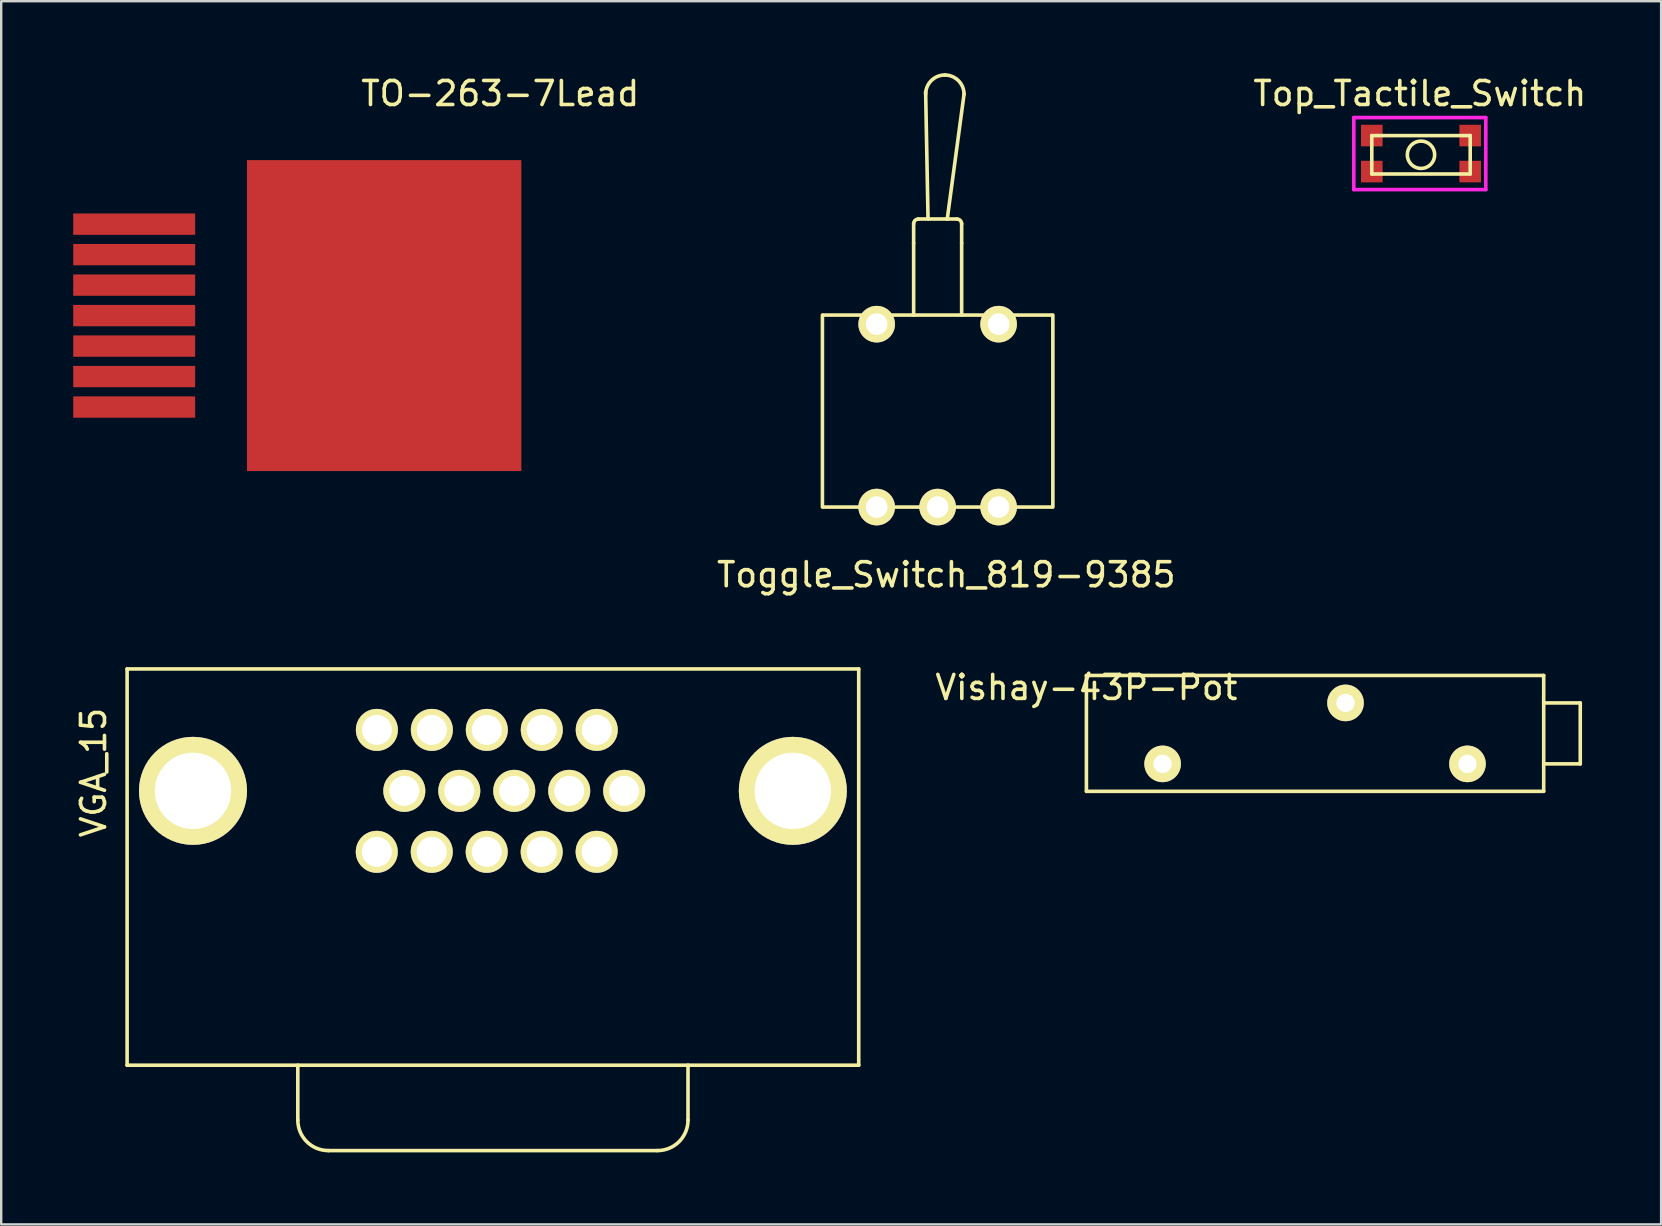
<source format=kicad_pcb>
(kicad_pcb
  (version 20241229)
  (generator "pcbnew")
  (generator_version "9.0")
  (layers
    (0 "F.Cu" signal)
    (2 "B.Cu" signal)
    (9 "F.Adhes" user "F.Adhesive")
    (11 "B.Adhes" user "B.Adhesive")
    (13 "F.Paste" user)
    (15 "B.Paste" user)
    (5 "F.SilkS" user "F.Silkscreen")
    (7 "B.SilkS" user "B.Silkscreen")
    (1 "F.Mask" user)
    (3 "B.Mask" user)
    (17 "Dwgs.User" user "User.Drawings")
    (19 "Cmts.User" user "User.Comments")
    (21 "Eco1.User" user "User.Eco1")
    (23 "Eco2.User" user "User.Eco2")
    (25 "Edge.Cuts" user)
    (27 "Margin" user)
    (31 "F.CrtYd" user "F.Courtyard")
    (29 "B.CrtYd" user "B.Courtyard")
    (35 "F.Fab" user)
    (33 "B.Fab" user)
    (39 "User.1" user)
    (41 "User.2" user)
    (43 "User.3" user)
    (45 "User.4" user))
  (footprint "TO-263-7Lead"
    (layer "F.Cu")
    (at 2.54 10.098)
    (property "Reference" "TO-263-7Lead" (at 15.25 -9.25 180) (layer "F.SilkS") (effects (font (size 1 1) (thickness 0.15))))
    (attr smd)
    (pad "" smd rect (at 4.699 0) (size 8.89 10.668) (drill (offset 4.445 0)) (layers "F.Paste"))
    (pad "1" smd rect (at 0 -3.81) (size 5.08 0.889) (layers "F.Cu" "F.Mask" "F.Paste"))
    (pad "2" smd rect (at 0 -2.54) (size 5.08 0.889) (layers "F.Cu" "F.Mask" "F.Paste"))
    (pad "3" smd rect (at 0 -1.27) (size 5.08 0.889) (layers "F.Cu" "F.Mask" "F.Paste"))
    (pad "4" smd rect (at 0 0) (size 5.08 0.889) (layers "F.Cu" "F.Mask" "F.Paste"))
    (pad "5" smd rect (at 0 1.27) (size 5.08 0.889) (layers "F.Cu" "F.Mask" "F.Paste"))
    (pad "6" smd rect (at 0 2.54) (size 5.08 0.889) (layers "F.Cu" "F.Mask" "F.Paste"))
    (pad "7" smd rect (at 0 3.81) (size 5.08 0.889) (layers "F.Cu" "F.Mask" "F.Paste"))
    (pad "PAD" smd rect (at 4.699 0) (size 11.43 12.954) (drill (offset 5.715 0)) (layers "F.Cu" "F.Mask")))
  (footprint "Toggle_Switch_819-9385"
    (layer "F.Cu")
    (at 36.013 10.075)
    (property "Reference" "Toggle_Switch_819-9385" (at 0.36 10.82 0) (layer "F.SilkS") (effects (font (size 1 1) (thickness 0.15))))
    (attr through_hole)
    (fp_line (start -4.8 8) (end -4.8 0) (stroke (width 0.15) (type solid)) (layer "F.SilkS"))
    (fp_line (start -1 -3) (end -1 -3.8) (stroke (width 0.15) (type solid)) (layer "F.SilkS"))
    (fp_line (start -1 0) (end -1 -3) (stroke (width 0.15) (type solid)) (layer "F.SilkS"))
    (fp_line (start -0.8 -4) (end 0.8 -4) (stroke (width 0.15) (type solid)) (layer "F.SilkS"))
    (fp_line (start -0.4 -4) (end -0.5 -9.3) (stroke (width 0.15) (type solid)) (layer "F.SilkS"))
    (fp_line (start 1 -3.8) (end 1 -3) (stroke (width 0.15) (type solid)) (layer "F.SilkS"))
    (fp_line (start 1 -3) (end 1 0) (stroke (width 0.15) (type solid)) (layer "F.SilkS"))
    (fp_line (start 1.1 -9.2) (end 0.4 -4) (stroke (width 0.15) (type solid)) (layer "F.SilkS"))
    (fp_line (start 4.75 0) (end -4.75 0) (stroke (width 0.15) (type solid)) (layer "F.SilkS"))
    (fp_line (start 4.75 8) (end -4.75 8) (stroke (width 0.15) (type solid)) (layer "F.SilkS"))
    (fp_line (start 4.8 0) (end 4.8 8) (stroke (width 0.15) (type solid)) (layer "F.SilkS"))
    (fp_arc (start -1 -3.8) (mid -0.941421 -3.941421) (end -0.8 -4) (stroke (width 0.15) (type solid)) (layer "F.SilkS"))
    (fp_arc (start -0.5 -9.2) (mid -0.265685 -9.765685) (end 0.3 -10) (stroke (width 0.15) (type solid)) (layer "F.SilkS"))
    (fp_arc (start 0.3 -10) (mid 0.865685 -9.765685) (end 1.1 -9.2) (stroke (width 0.15) (type solid)) (layer "F.SilkS"))
    (fp_arc (start 0.8 -4) (mid 0.941421 -3.941421) (end 1 -3.8) (stroke (width 0.15) (type solid)) (layer "F.SilkS"))
    (pad "" thru_hole circle (at -2.54 0.38) (size 1.524 1.524) (drill 0.9) (layers "*.Cu" "*.Mask" "F.SilkS"))
    (pad "" thru_hole circle (at 2.54 0.38) (size 1.524 1.524) (drill 0.9) (layers "*.Cu" "*.Mask" "F.SilkS"))
    (pad "1" thru_hole circle (at 2.54 8) (size 1.524 1.524) (drill 0.9) (layers "*.Cu" "*.Mask" "F.SilkS"))
    (pad "2" thru_hole circle (at 0 8) (size 1.524 1.524) (drill 0.9) (layers "*.Cu" "*.Mask" "F.SilkS"))
    (pad "3" thru_hole circle (at -2.54 8) (size 1.524 1.524) (drill 0.9) (layers "*.Cu" "*.Mask" "F.SilkS")))
  (footprint "VGA_15"
    (layer "F.Cu")
    (at 17.485 41.328)
    (property "Reference" "VGA_15" (at -16.637 -12.192 90) (layer "F.SilkS") (effects (font (size 1 1) (thickness 0.15))))
    (attr through_hole)
    (fp_line (start -15.24 -16.51) (end 15.24 -16.51) (stroke (width 0.15) (type solid)) (layer "F.SilkS"))
    (fp_line (start -15.24 0) (end -15.24 -16.51) (stroke (width 0.15) (type solid)) (layer "F.SilkS"))
    (fp_line (start -8.128 2.286) (end -8.128 0) (stroke (width 0.15) (type solid)) (layer "F.SilkS"))
    (fp_line (start -6.858 3.556) (end 6.858 3.556) (stroke (width 0.15) (type solid)) (layer "F.SilkS"))
    (fp_line (start 8.128 2.286) (end 8.128 0) (stroke (width 0.15) (type solid)) (layer "F.SilkS"))
    (fp_line (start 15.24 -16.51) (end 15.24 0) (stroke (width 0.15) (type solid)) (layer "F.SilkS"))
    (fp_line (start 15.24 0) (end -15.24 0) (stroke (width 0.15) (type solid)) (layer "F.SilkS"))
    (fp_arc (start -6.858 3.556) (mid -7.756026 3.184026) (end -8.128 2.286) (stroke (width 0.15) (type solid)) (layer "F.SilkS"))
    (fp_arc (start 8.128 2.286) (mid 7.756026 3.184026) (end 6.858 3.556) (stroke (width 0.15) (type solid)) (layer "F.SilkS"))
    (pad "" thru_hole circle (at -12.495 -11.43) (size 4.5 4.5) (drill 3.18) (layers "*.Cu" "*.Mask" "F.SilkS"))
    (pad "" thru_hole circle (at 12.495 -11.43) (size 4.5 4.5) (drill 3.18) (layers "*.Cu" "*.Mask" "F.SilkS"))
    (pad "1" thru_hole circle (at 4.326 -13.97) (size 1.75 1.75) (drill 1.25) (layers "*.Cu" "*.Mask" "F.SilkS"))
    (pad "2" thru_hole circle (at 2.036 -13.97) (size 1.75 1.75) (drill 1.25) (layers "*.Cu" "*.Mask" "F.SilkS"))
    (pad "3" thru_hole circle (at -0.254 -13.97) (size 1.75 1.75) (drill 1.25) (layers "*.Cu" "*.Mask" "F.SilkS"))
    (pad "4" thru_hole circle (at -2.544 -13.97) (size 1.75 1.75) (drill 1.25) (layers "*.Cu" "*.Mask" "F.SilkS"))
    (pad "5" thru_hole circle (at -4.834 -13.97) (size 1.75 1.75) (drill 1.25) (layers "*.Cu" "*.Mask" "F.SilkS"))
    (pad "6" thru_hole circle (at 5.469 -11.43) (size 1.75 1.75) (drill 1.25) (layers "*.Cu" "*.Mask" "F.SilkS"))
    (pad "7" thru_hole circle (at 3.179 -11.43) (size 1.75 1.75) (drill 1.25) (layers "*.Cu" "*.Mask" "F.SilkS"))
    (pad "8" thru_hole circle (at 0.889 -11.43) (size 1.75 1.75) (drill 1.25) (layers "*.Cu" "*.Mask" "F.SilkS"))
    (pad "9" thru_hole circle (at -1.401 -11.43) (size 1.75 1.75) (drill 1.25) (layers "*.Cu" "*.Mask" "F.SilkS"))
    (pad "10" thru_hole circle (at -3.691 -11.43) (size 1.75 1.75) (drill 1.25) (layers "*.Cu" "*.Mask" "F.SilkS"))
    (pad "11" thru_hole circle (at 4.322 -8.89) (size 1.75 1.75) (drill 1.25) (layers "*.Cu" "*.Mask" "F.SilkS"))
    (pad "12" thru_hole circle (at 2.032 -8.89) (size 1.75 1.75) (drill 1.25) (layers "*.Cu" "*.Mask" "F.SilkS"))
    (pad "13" thru_hole circle (at -0.258 -8.89) (size 1.75 1.75) (drill 1.25) (layers "*.Cu" "*.Mask" "F.SilkS"))
    (pad "14" thru_hole circle (at -2.548 -8.89) (size 1.75 1.75) (drill 1.25) (layers "*.Cu" "*.Mask" "F.SilkS"))
    (pad "15" thru_hole circle (at -4.838 -8.89) (size 1.75 1.75) (drill 1.25) (layers "*.Cu" "*.Mask" "F.SilkS")))
  (footprint "Vishay-43P-Pot"
    (layer "F.Cu")
    (at 42.211 25.091)
    (property "Reference" "Vishay-43P-Pot" (at 0 0.5 0) (layer "F.SilkS") (effects (font (size 1 1) (thickness 0.15))))
    (attr through_hole)
    (fp_line (start 0 0) (end 0 4.826) (stroke (width 0.15) (type solid)) (layer "F.SilkS"))
    (fp_line (start 0 0) (end 19.05 0) (stroke (width 0.15) (type solid)) (layer "F.SilkS"))
    (fp_line (start 0 4.826) (end 19.05 4.826) (stroke (width 0.15) (type solid)) (layer "F.SilkS"))
    (fp_line (start 19.05 0) (end 19.05 4.826) (stroke (width 0.15) (type solid)) (layer "F.SilkS"))
    (fp_line (start 19.05 1.143) (end 20.574 1.143) (stroke (width 0.15) (type solid)) (layer "F.SilkS"))
    (fp_line (start 19.05 3.683) (end 20.574 3.683) (stroke (width 0.15) (type solid)) (layer "F.SilkS"))
    (fp_line (start 20.574 1.143) (end 20.574 3.683) (stroke (width 0.15) (type solid)) (layer "F.SilkS"))
    (pad "1" thru_hole circle (at 3.175 3.683) (size 1.524 1.524) (drill 0.762) (layers "*.Cu" "*.Mask" "F.SilkS"))
    (pad "2" thru_hole circle (at 10.795 1.143) (size 1.524 1.524) (drill 0.762) (layers "*.Cu" "*.Mask" "F.SilkS"))
    (pad "3" thru_hole circle (at 15.875 3.683) (size 1.524 1.524) (drill 0.762) (layers "*.Cu" "*.Mask" "F.SilkS")))
  (footprint "Top_Tactile_Switch"
    (layer "F.Cu")
    (at 54.1 2.598)
    (property "Reference" "Top_Tactile_Switch" (at 2 -1.75 0) (layer "F.SilkS") (effects (font (size 1 1) (thickness 0.15))))
    (attr smd)
    (fp_line (start 0 0) (end 4.1 0) (stroke (width 0.15) (type solid)) (layer "F.SilkS"))
    (fp_line (start 0 1.6) (end 0 0) (stroke (width 0.15) (type solid)) (layer "F.SilkS"))
    (fp_line (start 4.1 0) (end 4.1 1.6) (stroke (width 0.15) (type solid)) (layer "F.SilkS"))
    (fp_line (start 4.1 1.6) (end 0 1.6) (stroke (width 0.15) (type solid)) (layer "F.SilkS"))
    (fp_circle (center 2.05 0.8) (end 2.5 1.15) (stroke (width 0.15) (type solid)) (fill no) (layer "F.SilkS"))
    (fp_line (start -0.75 -0.75) (end 4.75 -0.75) (stroke (width 0.15) (type solid)) (layer "F.CrtYd"))
    (fp_line (start -0.75 2.25) (end -0.75 -0.75) (stroke (width 0.15) (type solid)) (layer "F.CrtYd"))
    (fp_line (start 4.75 -0.75) (end 4.75 2.25) (stroke (width 0.15) (type solid)) (layer "F.CrtYd"))
    (fp_line (start 4.75 2.25) (end -0.75 2.25) (stroke (width 0.15) (type solid)) (layer "F.CrtYd"))
    (pad "1" smd rect (at 0 0) (size 0.9 0.9) (layers "F.Cu" "F.Mask" "F.Paste"))
    (pad "1" smd rect (at 4.1 0) (size 0.9 0.9) (layers "F.Cu" "F.Mask" "F.Paste"))
    (pad "2" smd rect (at 0 1.5) (size 0.9 0.9) (layers "F.Cu" "F.Mask" "F.Paste"))
    (pad "2" smd rect (at 4.1 1.5) (size 0.9 0.9) (layers "F.Cu" "F.Mask" "F.Paste")))
  (gr_rect
    (start -3 -3)
    (end 66.153 47.959)
    (stroke (width 0.1) (type default))
    (fill no)
    (layer "Edge.Cuts")))
</source>
